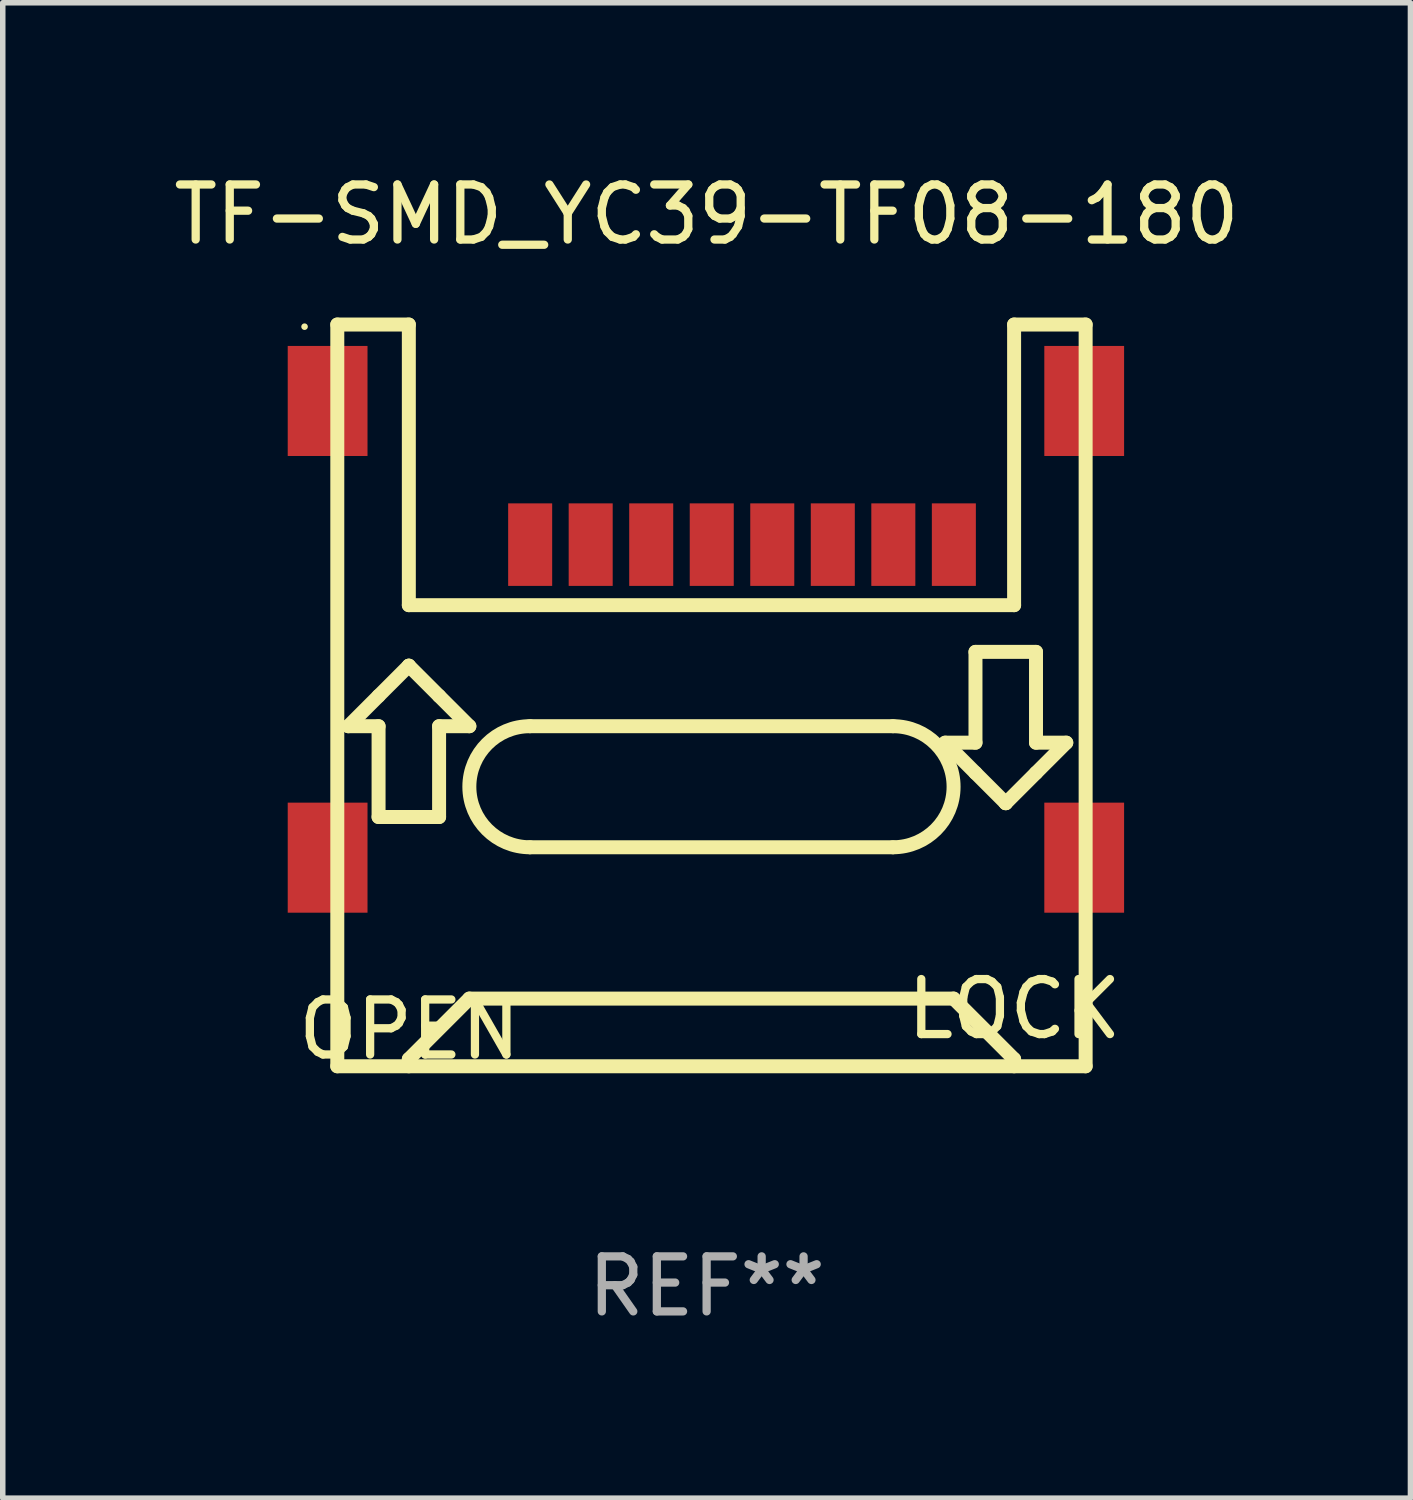
<source format=kicad_pcb>
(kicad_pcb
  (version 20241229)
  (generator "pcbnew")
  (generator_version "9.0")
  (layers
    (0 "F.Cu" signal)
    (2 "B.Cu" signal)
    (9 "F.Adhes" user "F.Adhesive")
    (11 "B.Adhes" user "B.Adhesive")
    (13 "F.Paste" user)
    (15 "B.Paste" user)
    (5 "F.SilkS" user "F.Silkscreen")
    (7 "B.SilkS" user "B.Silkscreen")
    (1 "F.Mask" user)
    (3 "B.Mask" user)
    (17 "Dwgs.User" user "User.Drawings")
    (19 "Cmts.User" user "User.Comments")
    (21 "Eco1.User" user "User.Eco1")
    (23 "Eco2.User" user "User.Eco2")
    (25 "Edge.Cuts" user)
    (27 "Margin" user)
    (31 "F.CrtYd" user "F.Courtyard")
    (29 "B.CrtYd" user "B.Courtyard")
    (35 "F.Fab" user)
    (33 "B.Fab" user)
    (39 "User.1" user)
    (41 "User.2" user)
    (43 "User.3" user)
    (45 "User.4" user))
  (footprint "TF-SMD_YC39-TF08-180"
    (layer "F.Cu")
    (at 9.779 8.387)
    (property "Reference" "TF-SMD_YC39-TF08-180" (at 0.013 -7.539 0) (layer "F.SilkS") (effects (font (size 1 1) (thickness 0.15))))
    (attr through_hole)
    (fp_line (start -6.699 -5.539) (end -5.399 -5.539) (stroke (width 0.254) (type solid)) (layer "F.SilkS"))
    (fp_line (start -6.699 7.941) (end -6.699 -5.539) (stroke (width 0.254) (type solid)) (layer "F.SilkS"))
    (fp_line (start -6.499 1.761) (end -5.949 1.211) (stroke (width 0.254) (type solid)) (layer "F.SilkS"))
    (fp_line (start -5.949 1.211) (end -5.399 0.661) (stroke (width 0.254) (type solid)) (layer "F.SilkS"))
    (fp_line (start -5.949 1.761) (end -6.499 1.761) (stroke (width 0.254) (type solid)) (layer "F.SilkS"))
    (fp_line (start -5.949 3.411) (end -5.949 1.761) (stroke (width 0.254) (type solid)) (layer "F.SilkS"))
    (fp_line (start -5.399 -5.539) (end -5.399 -0.439) (stroke (width 0.254) (type solid)) (layer "F.SilkS"))
    (fp_line (start -5.399 -0.439) (end 5.601 -0.439) (stroke (width 0.254) (type solid)) (layer "F.SilkS"))
    (fp_line (start -5.399 0.661) (end -5.399 0.661) (stroke (width 0.254) (type solid)) (layer "F.SilkS"))
    (fp_line (start -5.399 0.661) (end -4.849 1.211) (stroke (width 0.254) (type solid)) (layer "F.SilkS"))
    (fp_line (start -5.399 7.811) (end -4.299 6.711) (stroke (width 0.254) (type solid)) (layer "F.SilkS"))
    (fp_line (start -5.399 7.941) (end -5.399 7.811) (stroke (width 0.254) (type solid)) (layer "F.SilkS"))
    (fp_line (start -4.849 1.211) (end -4.299 1.761) (stroke (width 0.254) (type solid)) (layer "F.SilkS"))
    (fp_line (start -4.849 1.761) (end -4.849 3.411) (stroke (width 0.254) (type solid)) (layer "F.SilkS"))
    (fp_line (start -4.849 3.411) (end -5.949 3.411) (stroke (width 0.254) (type solid)) (layer "F.SilkS"))
    (fp_line (start -4.299 1.761) (end -4.849 1.761) (stroke (width 0.254) (type solid)) (layer "F.SilkS"))
    (fp_line (start -4.299 6.711) (end 4.501 6.711) (stroke (width 0.254) (type solid)) (layer "F.SilkS"))
    (fp_line (start -3.199 1.761) (end 3.401 1.761) (stroke (width 0.254) (type solid)) (layer "F.SilkS"))
    (fp_line (start -3.199 3.961) (end 3.401 3.961) (stroke (width 0.254) (type solid)) (layer "F.SilkS"))
    (fp_line (start 4.349 2.06) (end 4.899 2.06) (stroke (width 0.254) (type solid)) (layer "F.SilkS"))
    (fp_line (start 4.501 6.711) (end 5.601 7.811) (stroke (width 0.254) (type solid)) (layer "F.SilkS"))
    (fp_line (start 4.899 0.41) (end 5.999 0.41) (stroke (width 0.254) (type solid)) (layer "F.SilkS"))
    (fp_line (start 4.899 2.06) (end 4.899 0.41) (stroke (width 0.254) (type solid)) (layer "F.SilkS"))
    (fp_line (start 4.899 2.61) (end 4.349 2.06) (stroke (width 0.254) (type solid)) (layer "F.SilkS"))
    (fp_line (start 5.449 3.16) (end 4.899 2.61) (stroke (width 0.254) (type solid)) (layer "F.SilkS"))
    (fp_line (start 5.449 3.16) (end 5.449 3.16) (stroke (width 0.254) (type solid)) (layer "F.SilkS"))
    (fp_line (start 5.601 -0.439) (end 5.601 -5.539) (stroke (width 0.254) (type solid)) (layer "F.SilkS"))
    (fp_line (start 5.601 7.811) (end 5.601 7.941) (stroke (width 0.254) (type solid)) (layer "F.SilkS"))
    (fp_line (start 5.999 0.41) (end 5.999 2.06) (stroke (width 0.254) (type solid)) (layer "F.SilkS"))
    (fp_line (start 5.999 2.06) (end 6.549 2.06) (stroke (width 0.254) (type solid)) (layer "F.SilkS"))
    (fp_line (start 5.999 2.61) (end 5.449 3.16) (stroke (width 0.254) (type solid)) (layer "F.SilkS"))
    (fp_line (start 6.549 2.06) (end 5.999 2.61) (stroke (width 0.254) (type solid)) (layer "F.SilkS"))
    (fp_line (start 6.901 -5.539) (end 5.601 -5.539) (stroke (width 0.254) (type solid)) (layer "F.SilkS"))
    (fp_line (start 6.901 -5.539) (end 6.901 7.941) (stroke (width 0.254) (type solid)) (layer "F.SilkS"))
    (fp_line (start 6.901 7.941) (end -6.699 7.941) (stroke (width 0.254) (type solid)) (layer "F.SilkS"))
    (fp_arc (start -3.198984 3.96096) (mid -4.293774 2.860897) (end -3.198984 1.760834) (stroke (width 0.254001) (type solid)) (layer "F.SilkS"))
    (fp_arc (start 3.400965 1.760808) (mid 4.501041 2.860884) (end 3.400965 3.96096) (stroke (width 0.254001) (type solid)) (layer "F.SilkS"))
    (fp_circle (center -7.294 -5.5) (end -7.264 -5.5) (stroke (width 0.06) (type solid)) (fill no) (layer "F.SilkS"))
    (fp_text user "OPEN" (at -5.388 7.272 0) (layer "F.SilkS") (effects (font (size 1 1) (thickness 0.15))))
    (fp_text user "LOCK" (at 5.605 6.901 0) (layer "F.SilkS") (effects (font (size 1 1) (thickness 0.15))))
    (fp_text user "REF**" (at 0.013 11.941 0) (layer "F.Fab") (effects (font (size 1 1) (thickness 0.15))))
    (pad "1" smd rect (at -3.194 -1.539) (size 0.8 1.5) (layers "F.Cu" "F.Mask" "F.Paste"))
    (pad "2" smd rect (at -2.094 -1.539) (size 0.8 1.5) (layers "F.Cu" "F.Mask" "F.Paste"))
    (pad "3" smd rect (at -0.994 -1.539) (size 0.8 1.5) (layers "F.Cu" "F.Mask" "F.Paste"))
    (pad "4" smd rect (at 0.106 -1.539) (size 0.8 1.5) (layers "F.Cu" "F.Mask" "F.Paste"))
    (pad "5" smd rect (at 1.206 -1.539) (size 0.8 1.5) (layers "F.Cu" "F.Mask" "F.Paste"))
    (pad "6" smd rect (at 2.306 -1.539) (size 0.8 1.5) (layers "F.Cu" "F.Mask" "F.Paste"))
    (pad "7" smd rect (at 3.406 -1.539) (size 0.8 1.5) (layers "F.Cu" "F.Mask" "F.Paste"))
    (pad "8" smd rect (at 4.506 -1.539) (size 0.8 1.5) (layers "F.Cu" "F.Mask" "F.Paste"))
    (pad "9" smd rect (at 6.875 -4.15 270) (size 2 1.45) (layers "F.Cu" "F.Mask" "F.Paste"))
    (pad "10" smd rect (at -6.875 -4.15 270) (size 2 1.45) (layers "F.Cu" "F.Mask" "F.Paste"))
    (pad "11" smd rect (at -6.875 4.15 270) (size 2 1.45) (layers "F.Cu" "F.Mask" "F.Paste"))
    (pad "12" smd rect (at 6.875 4.15 270) (size 2 1.45) (layers "F.Cu" "F.Mask" "F.Paste")))
  (gr_rect
    (start -3 -3)
    (end 22.583 24.177)
    (stroke (width 0.1) (type default))
    (fill no)
    (layer "Edge.Cuts")))
</source>
